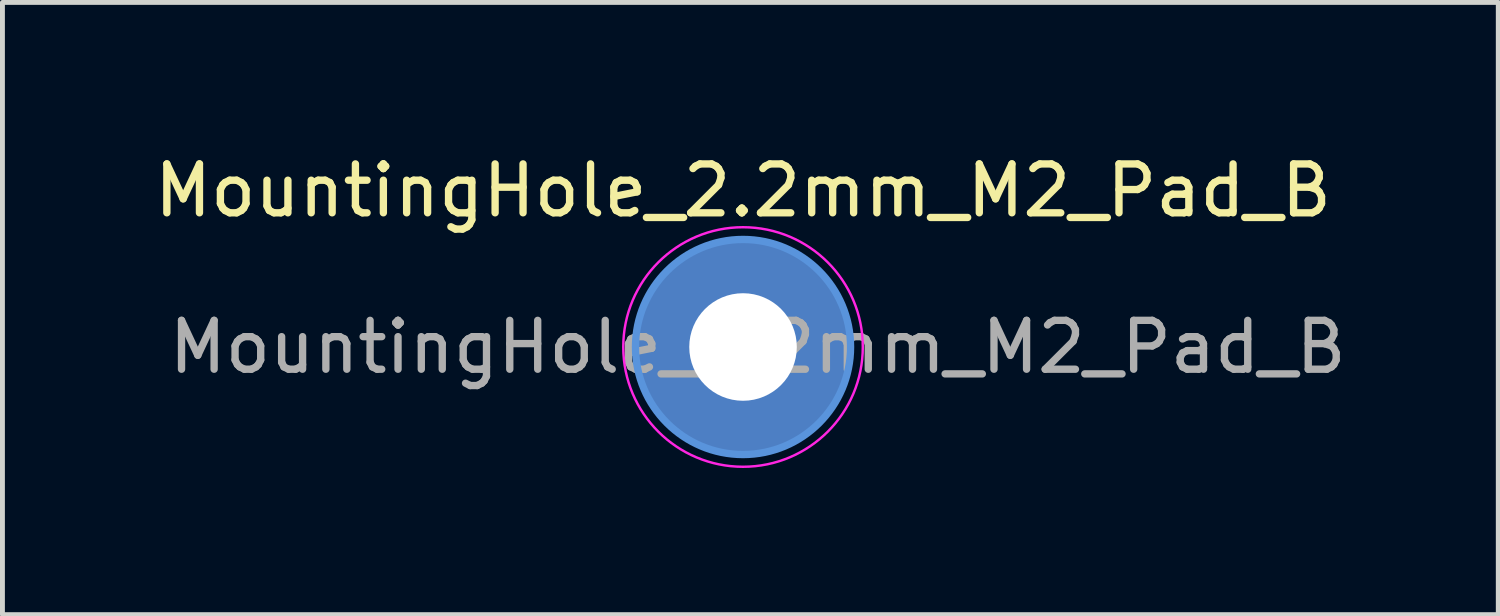
<source format=kicad_pcb>
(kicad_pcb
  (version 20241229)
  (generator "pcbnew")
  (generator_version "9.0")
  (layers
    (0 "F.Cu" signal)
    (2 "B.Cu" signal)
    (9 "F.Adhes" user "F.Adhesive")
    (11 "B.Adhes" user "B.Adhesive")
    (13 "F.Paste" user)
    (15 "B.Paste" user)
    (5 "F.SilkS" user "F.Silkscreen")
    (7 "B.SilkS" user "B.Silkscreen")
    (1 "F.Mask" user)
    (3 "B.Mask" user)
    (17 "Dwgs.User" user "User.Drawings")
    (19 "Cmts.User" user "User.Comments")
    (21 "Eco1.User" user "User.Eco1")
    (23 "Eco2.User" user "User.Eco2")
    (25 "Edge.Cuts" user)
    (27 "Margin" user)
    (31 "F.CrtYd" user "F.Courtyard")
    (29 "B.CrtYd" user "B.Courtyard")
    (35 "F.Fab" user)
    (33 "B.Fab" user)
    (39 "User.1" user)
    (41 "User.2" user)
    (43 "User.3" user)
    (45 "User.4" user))
  (footprint "MountingHole_2.2mm_M2_Pad_B"
    (layer "F.Cu")
    (at 12.149 4.048)
    (property "Reference" "MountingHole_2.2mm_M2_Pad_B" (at 0 -3.2 0) (layer "F.SilkS") (effects (font (size 1 1) (thickness 0.15))))
    (attr exclude_from_pos_files exclude_from_bom)
    (fp_circle (center 0 0) (end 2.2 0) (stroke (width 0.15) (type solid)) (fill no) (layer "Cmts.User"))
    (fp_circle (center 0 0) (end 2.45 0) (stroke (width 0.05) (type solid)) (fill no) (layer "F.CrtYd"))
    (fp_text user "${REFERENCE}" (at 0.3 0 0) (layer "F.Fab") (effects (font (size 1 1) (thickness 0.15))))
    (pad "1" thru_hole circle (at 0 0) (size 4.4 4.4) (drill 2.2) (layers "*.Cu" "*.Mask")))
  (gr_rect
    (start -3 -3)
    (end 27.598 9.523)
    (stroke (width 0.1) (type default))
    (fill no)
    (layer "Edge.Cuts")))
</source>
